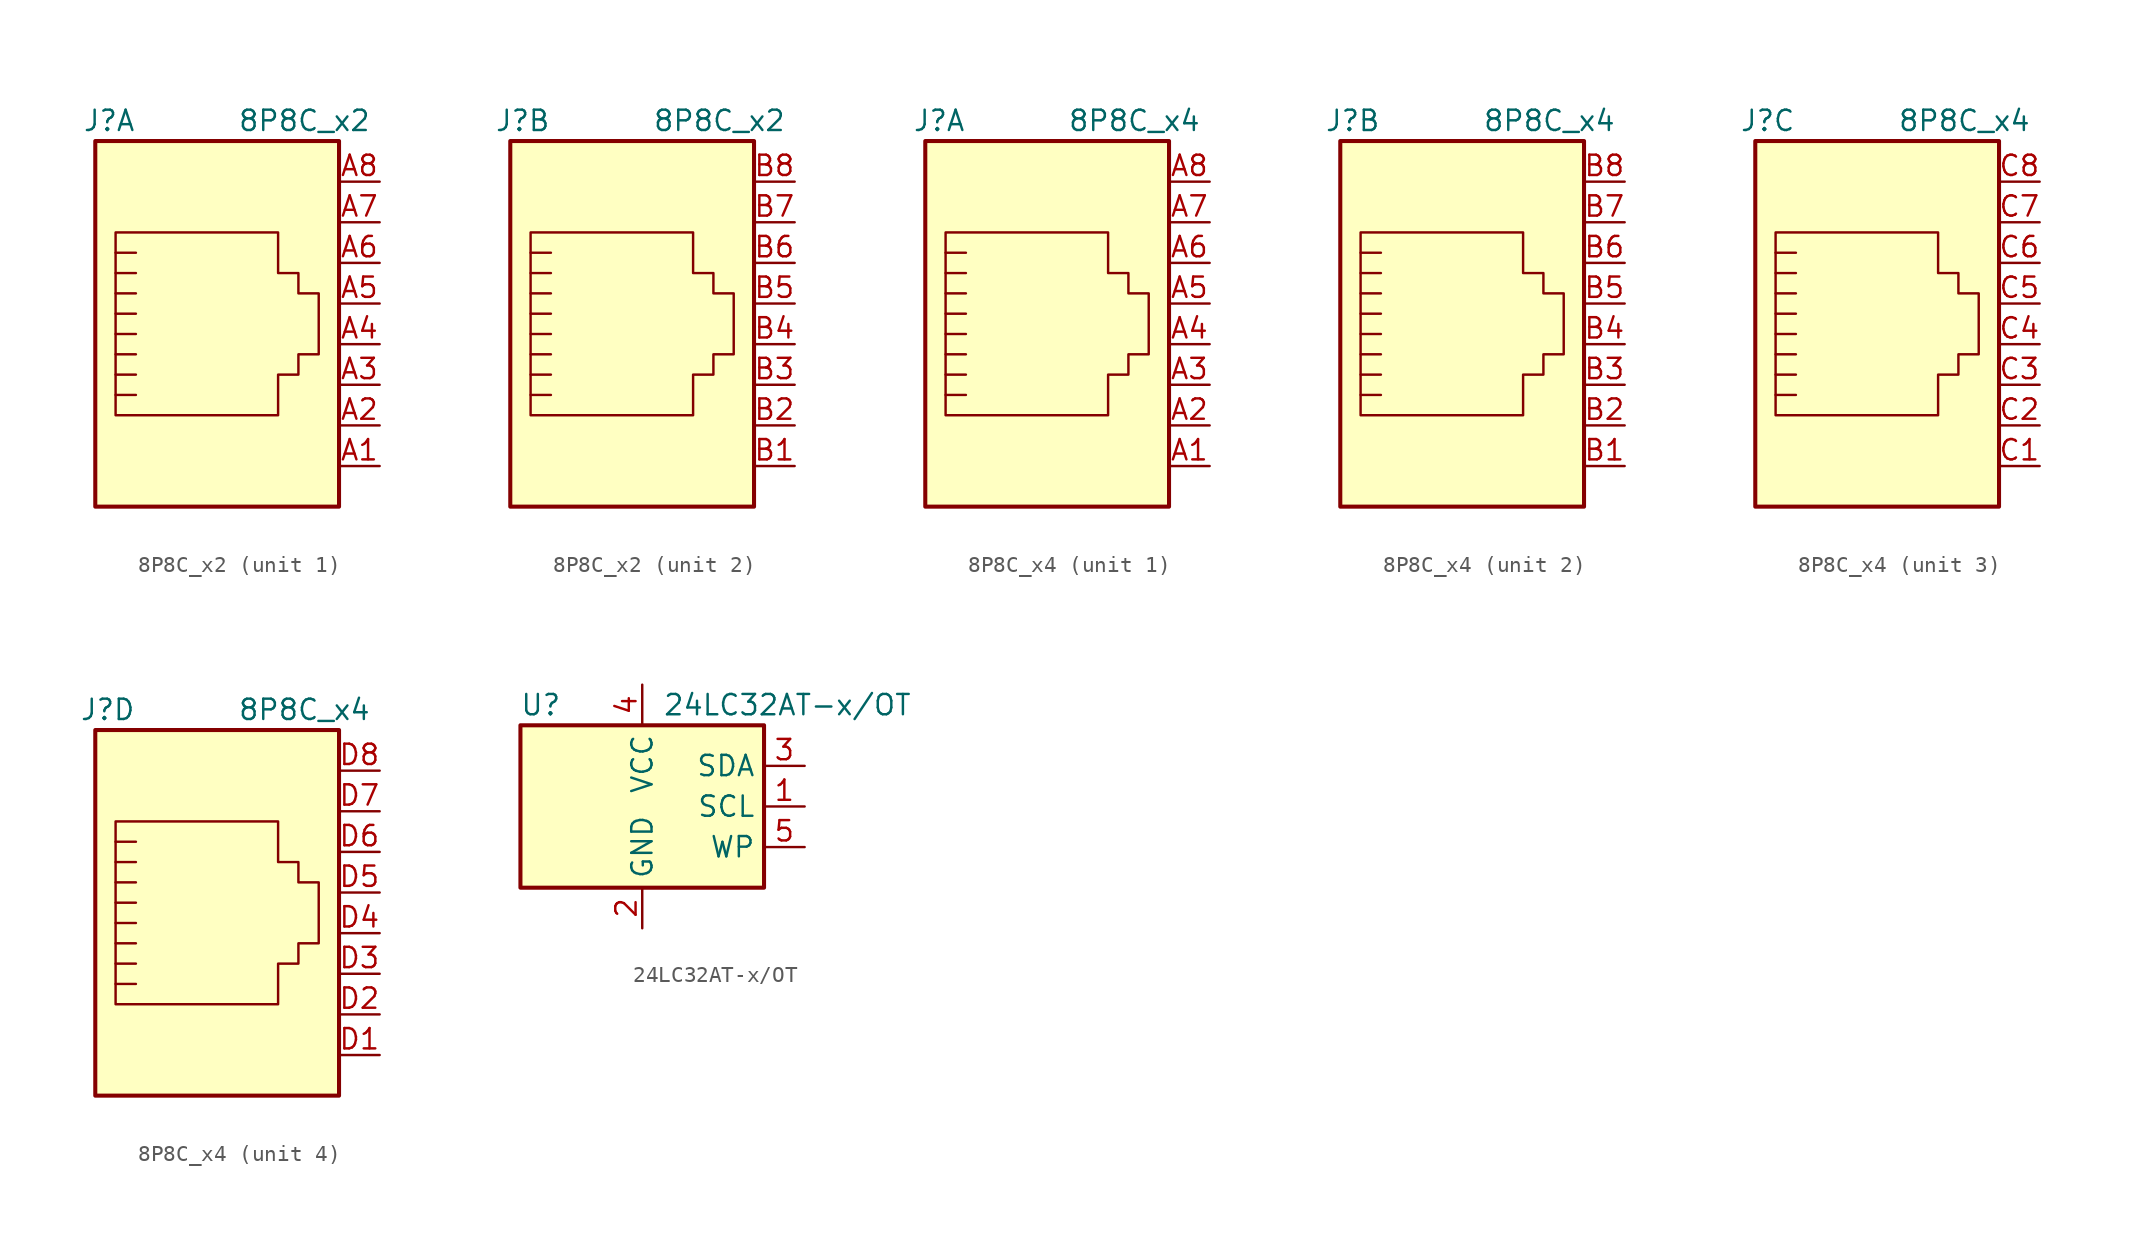
<source format=kicad_sym>
(kicad_symbol_lib
  (version 20231120)
  (generator "kicad_symbol_editor")
  (generator_version "8.0")
  (symbol "8P8C_x2"
    (property "Reference" "J"
      (at -5.08 13.97 0)
      (effects (font (size 1.27 1.27)) (justify right)))
    (property "Value" "8P8C_x2"
      (at 1.27 13.97 0)
      (effects (font (size 1.27 1.27)) (justify left)))
    (symbol "8P8C_x2_0_1"
      (rectangle (start -7.62 12.7) (end 7.62 -10.16) (stroke (width 0.254) (type default)) (fill (type background)))
      (polyline (pts (xy -5.08 4.445) (xy -6.35 4.445)) (stroke (width 0) (type default)) (fill (type none)))
      (polyline (pts (xy -5.08 5.715) (xy -6.35 5.715)) (stroke (width 0) (type default)) (fill (type none)))
      (polyline (pts (xy -6.35 -3.175) (xy -5.08 -3.175) (xy -5.08 -3.175)) (stroke (width 0) (type default)) (fill (type none)))
      (polyline (pts (xy -6.35 -1.905) (xy -5.08 -1.905) (xy -5.08 -1.905)) (stroke (width 0) (type default)) (fill (type none)))
      (polyline (pts (xy -6.35 -0.635) (xy -5.08 -0.635) (xy -5.08 -0.635)) (stroke (width 0) (type default)) (fill (type none)))
      (polyline (pts (xy -6.35 0.635) (xy -5.08 0.635) (xy -5.08 0.635)) (stroke (width 0) (type default)) (fill (type none)))
      (polyline (pts (xy -6.35 1.905) (xy -5.08 1.905) (xy -5.08 1.905)) (stroke (width 0) (type default)) (fill (type none)))
      (polyline (pts (xy -5.08 3.175) (xy -6.35 3.175) (xy -6.35 3.175)) (stroke (width 0) (type default)) (fill (type none)))
      (polyline (pts (xy -6.35 -4.445) (xy -6.35 6.985) (xy 3.81 6.985) (xy 3.81 4.445) (xy 5.08 4.445) (xy 5.08 3.175) (xy 6.35 3.175) (xy 6.35 -0.635) (xy 5.08 -0.635) (xy 5.08 -1.905) (xy 3.81 -1.905) (xy 3.81 -4.445) (xy -6.35 -4.445) (xy -6.35 -4.445)) (stroke (width 0) (type default)) (fill (type none))))
    (symbol "8P8C_x2_1_1"
      (pin passive line (at 10.16 -7.62 180) (length 2.54) (name "~" (effects (font (size 1.27 1.27)))) (number "A1" (effects (font (size 1.27 1.27)))))
      (pin passive line (at 10.16 -5.08 180) (length 2.54) (name "~" (effects (font (size 1.27 1.27)))) (number "A2" (effects (font (size 1.27 1.27)))))
      (pin passive line (at 10.16 -2.54 180) (length 2.54) (name "~" (effects (font (size 1.27 1.27)))) (number "A3" (effects (font (size 1.27 1.27)))))
      (pin passive line (at 10.16 0 180) (length 2.54) (name "~" (effects (font (size 1.27 1.27)))) (number "A4" (effects (font (size 1.27 1.27)))))
      (pin passive line (at 10.16 2.54 180) (length 2.54) (name "~" (effects (font (size 1.27 1.27)))) (number "A5" (effects (font (size 1.27 1.27)))))
      (pin passive line (at 10.16 5.08 180) (length 2.54) (name "~" (effects (font (size 1.27 1.27)))) (number "A6" (effects (font (size 1.27 1.27)))))
      (pin passive line (at 10.16 7.62 180) (length 2.54) (name "~" (effects (font (size 1.27 1.27)))) (number "A7" (effects (font (size 1.27 1.27)))))
      (pin passive line (at 10.16 10.16 180) (length 2.54) (name "~" (effects (font (size 1.27 1.27)))) (number "A8" (effects (font (size 1.27 1.27))))))
    (symbol "8P8C_x2_2_1"
      (pin passive line (at 10.16 -7.62 180) (length 2.54) (name "~" (effects (font (size 1.27 1.27)))) (number "B1" (effects (font (size 1.27 1.27)))))
      (pin passive line (at 10.16 -5.08 180) (length 2.54) (name "~" (effects (font (size 1.27 1.27)))) (number "B2" (effects (font (size 1.27 1.27)))))
      (pin passive line (at 10.16 -2.54 180) (length 2.54) (name "~" (effects (font (size 1.27 1.27)))) (number "B3" (effects (font (size 1.27 1.27)))))
      (pin passive line (at 10.16 0 180) (length 2.54) (name "~" (effects (font (size 1.27 1.27)))) (number "B4" (effects (font (size 1.27 1.27)))))
      (pin passive line (at 10.16 2.54 180) (length 2.54) (name "~" (effects (font (size 1.27 1.27)))) (number "B5" (effects (font (size 1.27 1.27)))))
      (pin passive line (at 10.16 5.08 180) (length 2.54) (name "~" (effects (font (size 1.27 1.27)))) (number "B6" (effects (font (size 1.27 1.27)))))
      (pin passive line (at 10.16 7.62 180) (length 2.54) (name "~" (effects (font (size 1.27 1.27)))) (number "B7" (effects (font (size 1.27 1.27)))))
      (pin passive line (at 10.16 10.16 180) (length 2.54) (name "~" (effects (font (size 1.27 1.27)))) (number "B8" (effects (font (size 1.27 1.27)))))))
  (symbol "8P8C_x4"
    (property "Reference" "J"
      (at -5.08 13.97 0)
      (effects (font (size 1.27 1.27)) (justify right)))
    (property "Value" "8P8C_x4"
      (at 1.27 13.97 0)
      (effects (font (size 1.27 1.27)) (justify left)))
    (symbol "8P8C_x4_0_1"
      (rectangle (start -7.62 12.7) (end 7.62 -10.16) (stroke (width 0.254) (type default)) (fill (type background)))
      (polyline (pts (xy -5.08 4.445) (xy -6.35 4.445)) (stroke (width 0) (type default)) (fill (type none)))
      (polyline (pts (xy -5.08 5.715) (xy -6.35 5.715)) (stroke (width 0) (type default)) (fill (type none)))
      (polyline (pts (xy -6.35 -3.175) (xy -5.08 -3.175) (xy -5.08 -3.175)) (stroke (width 0) (type default)) (fill (type none)))
      (polyline (pts (xy -6.35 -1.905) (xy -5.08 -1.905) (xy -5.08 -1.905)) (stroke (width 0) (type default)) (fill (type none)))
      (polyline (pts (xy -6.35 -0.635) (xy -5.08 -0.635) (xy -5.08 -0.635)) (stroke (width 0) (type default)) (fill (type none)))
      (polyline (pts (xy -6.35 0.635) (xy -5.08 0.635) (xy -5.08 0.635)) (stroke (width 0) (type default)) (fill (type none)))
      (polyline (pts (xy -6.35 1.905) (xy -5.08 1.905) (xy -5.08 1.905)) (stroke (width 0) (type default)) (fill (type none)))
      (polyline (pts (xy -5.08 3.175) (xy -6.35 3.175) (xy -6.35 3.175)) (stroke (width 0) (type default)) (fill (type none)))
      (polyline (pts (xy -6.35 -4.445) (xy -6.35 6.985) (xy 3.81 6.985) (xy 3.81 4.445) (xy 5.08 4.445) (xy 5.08 3.175) (xy 6.35 3.175) (xy 6.35 -0.635) (xy 5.08 -0.635) (xy 5.08 -1.905) (xy 3.81 -1.905) (xy 3.81 -4.445) (xy -6.35 -4.445) (xy -6.35 -4.445)) (stroke (width 0) (type default)) (fill (type none))))
    (symbol "8P8C_x4_1_1"
      (pin passive line (at 10.16 -7.62 180) (length 2.54) (name "~" (effects (font (size 1.27 1.27)))) (number "A1" (effects (font (size 1.27 1.27)))))
      (pin passive line (at 10.16 -5.08 180) (length 2.54) (name "~" (effects (font (size 1.27 1.27)))) (number "A2" (effects (font (size 1.27 1.27)))))
      (pin passive line (at 10.16 -2.54 180) (length 2.54) (name "~" (effects (font (size 1.27 1.27)))) (number "A3" (effects (font (size 1.27 1.27)))))
      (pin passive line (at 10.16 0 180) (length 2.54) (name "~" (effects (font (size 1.27 1.27)))) (number "A4" (effects (font (size 1.27 1.27)))))
      (pin passive line (at 10.16 2.54 180) (length 2.54) (name "~" (effects (font (size 1.27 1.27)))) (number "A5" (effects (font (size 1.27 1.27)))))
      (pin passive line (at 10.16 5.08 180) (length 2.54) (name "~" (effects (font (size 1.27 1.27)))) (number "A6" (effects (font (size 1.27 1.27)))))
      (pin passive line (at 10.16 7.62 180) (length 2.54) (name "~" (effects (font (size 1.27 1.27)))) (number "A7" (effects (font (size 1.27 1.27)))))
      (pin passive line (at 10.16 10.16 180) (length 2.54) (name "~" (effects (font (size 1.27 1.27)))) (number "A8" (effects (font (size 1.27 1.27))))))
    (symbol "8P8C_x4_2_1"
      (pin passive line (at 10.16 -7.62 180) (length 2.54) (name "~" (effects (font (size 1.27 1.27)))) (number "B1" (effects (font (size 1.27 1.27)))))
      (pin passive line (at 10.16 -5.08 180) (length 2.54) (name "~" (effects (font (size 1.27 1.27)))) (number "B2" (effects (font (size 1.27 1.27)))))
      (pin passive line (at 10.16 -2.54 180) (length 2.54) (name "~" (effects (font (size 1.27 1.27)))) (number "B3" (effects (font (size 1.27 1.27)))))
      (pin passive line (at 10.16 0 180) (length 2.54) (name "~" (effects (font (size 1.27 1.27)))) (number "B4" (effects (font (size 1.27 1.27)))))
      (pin passive line (at 10.16 2.54 180) (length 2.54) (name "~" (effects (font (size 1.27 1.27)))) (number "B5" (effects (font (size 1.27 1.27)))))
      (pin passive line (at 10.16 5.08 180) (length 2.54) (name "~" (effects (font (size 1.27 1.27)))) (number "B6" (effects (font (size 1.27 1.27)))))
      (pin passive line (at 10.16 7.62 180) (length 2.54) (name "~" (effects (font (size 1.27 1.27)))) (number "B7" (effects (font (size 1.27 1.27)))))
      (pin passive line (at 10.16 10.16 180) (length 2.54) (name "~" (effects (font (size 1.27 1.27)))) (number "B8" (effects (font (size 1.27 1.27))))))
    (symbol "8P8C_x4_3_1"
      (pin passive line (at 10.16 -7.62 180) (length 2.54) (name "~" (effects (font (size 1.27 1.27)))) (number "C1" (effects (font (size 1.27 1.27)))))
      (pin passive line (at 10.16 -5.08 180) (length 2.54) (name "~" (effects (font (size 1.27 1.27)))) (number "C2" (effects (font (size 1.27 1.27)))))
      (pin passive line (at 10.16 -2.54 180) (length 2.54) (name "~" (effects (font (size 1.27 1.27)))) (number "C3" (effects (font (size 1.27 1.27)))))
      (pin passive line (at 10.16 0 180) (length 2.54) (name "~" (effects (font (size 1.27 1.27)))) (number "C4" (effects (font (size 1.27 1.27)))))
      (pin passive line (at 10.16 2.54 180) (length 2.54) (name "~" (effects (font (size 1.27 1.27)))) (number "C5" (effects (font (size 1.27 1.27)))))
      (pin passive line (at 10.16 5.08 180) (length 2.54) (name "~" (effects (font (size 1.27 1.27)))) (number "C6" (effects (font (size 1.27 1.27)))))
      (pin passive line (at 10.16 7.62 180) (length 2.54) (name "~" (effects (font (size 1.27 1.27)))) (number "C7" (effects (font (size 1.27 1.27)))))
      (pin passive line (at 10.16 10.16 180) (length 2.54) (name "~" (effects (font (size 1.27 1.27)))) (number "C8" (effects (font (size 1.27 1.27))))))
    (symbol "8P8C_x4_4_1"
      (pin passive line (at 10.16 -7.62 180) (length 2.54) (name "~" (effects (font (size 1.27 1.27)))) (number "D1" (effects (font (size 1.27 1.27)))))
      (pin passive line (at 10.16 -5.08 180) (length 2.54) (name "~" (effects (font (size 1.27 1.27)))) (number "D2" (effects (font (size 1.27 1.27)))))
      (pin passive line (at 10.16 -2.54 180) (length 2.54) (name "~" (effects (font (size 1.27 1.27)))) (number "D3" (effects (font (size 1.27 1.27)))))
      (pin passive line (at 10.16 0 180) (length 2.54) (name "~" (effects (font (size 1.27 1.27)))) (number "D4" (effects (font (size 1.27 1.27)))))
      (pin passive line (at 10.16 2.54 180) (length 2.54) (name "~" (effects (font (size 1.27 1.27)))) (number "D5" (effects (font (size 1.27 1.27)))))
      (pin passive line (at 10.16 5.08 180) (length 2.54) (name "~" (effects (font (size 1.27 1.27)))) (number "D6" (effects (font (size 1.27 1.27)))))
      (pin passive line (at 10.16 7.62 180) (length 2.54) (name "~" (effects (font (size 1.27 1.27)))) (number "D7" (effects (font (size 1.27 1.27)))))
      (pin passive line (at 10.16 10.16 180) (length 2.54) (name "~" (effects (font (size 1.27 1.27)))) (number "D8" (effects (font (size 1.27 1.27)))))))
  (symbol "24LC32AT-x/OT"
    (property "Reference" "U"
      (at -6.35 6.35 0)
      (effects (font (size 1.27 1.27))))
    (property "Value" "24LC32AT-x/OT"
      (at 1.27 6.35 0)
      (effects (font (size 1.27 1.27)) (justify left)))
    (symbol "24LC32AT-x/OT_1_1"
      (rectangle (start -7.62 5.08) (end 7.62 -5.08) (stroke (width 0.254) (type default)) (fill (type background)))
      (pin input line (at 10.16 0 180) (length 2.54) (name "SCL" (effects (font (size 1.27 1.27)))) (number "1" (effects (font (size 1.27 1.27)))))
      (pin power_in line (at 0 -7.62 90) (length 2.54) (name "GND" (effects (font (size 1.27 1.27)))) (number "2" (effects (font (size 1.27 1.27)))))
      (pin bidirectional line (at 10.16 2.54 180) (length 2.54) (name "SDA" (effects (font (size 1.27 1.27)))) (number "3" (effects (font (size 1.27 1.27)))))
      (pin power_in line (at 0 7.62 270) (length 2.54) (name "VCC" (effects (font (size 1.27 1.27)))) (number "4" (effects (font (size 1.27 1.27)))))
      (pin input line (at 10.16 -2.54 180) (length 2.54) (name "WP" (effects (font (size 1.27 1.27)))) (number "5" (effects (font (size 1.27 1.27))))))))
</source>
